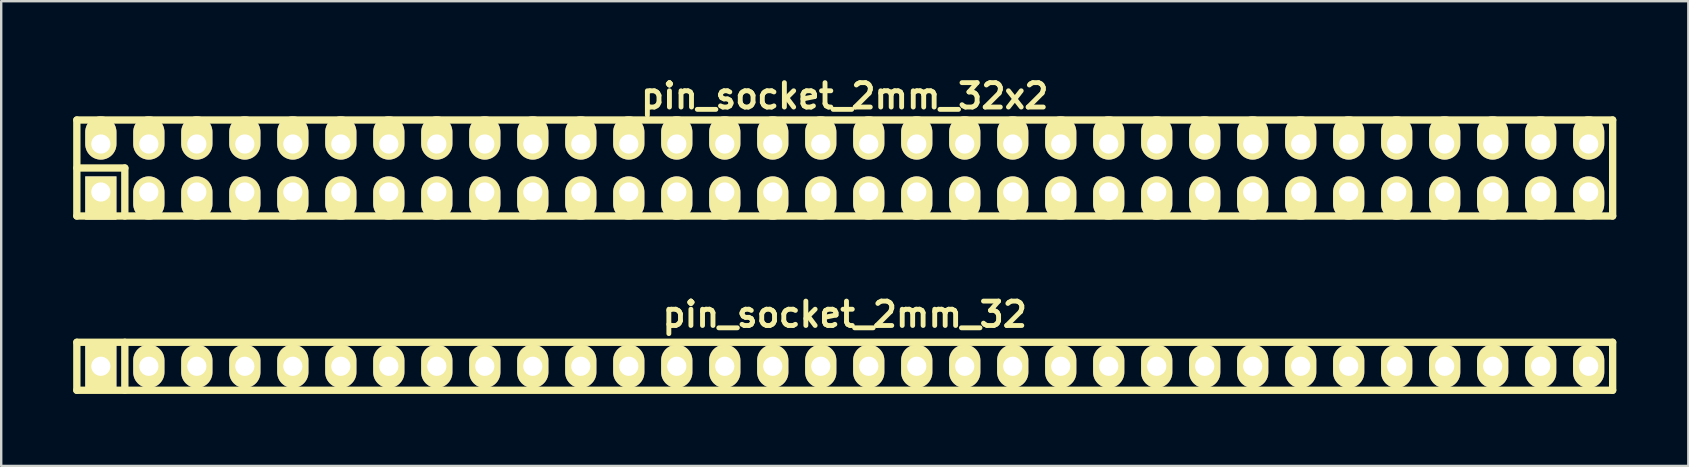
<source format=kicad_pcb>
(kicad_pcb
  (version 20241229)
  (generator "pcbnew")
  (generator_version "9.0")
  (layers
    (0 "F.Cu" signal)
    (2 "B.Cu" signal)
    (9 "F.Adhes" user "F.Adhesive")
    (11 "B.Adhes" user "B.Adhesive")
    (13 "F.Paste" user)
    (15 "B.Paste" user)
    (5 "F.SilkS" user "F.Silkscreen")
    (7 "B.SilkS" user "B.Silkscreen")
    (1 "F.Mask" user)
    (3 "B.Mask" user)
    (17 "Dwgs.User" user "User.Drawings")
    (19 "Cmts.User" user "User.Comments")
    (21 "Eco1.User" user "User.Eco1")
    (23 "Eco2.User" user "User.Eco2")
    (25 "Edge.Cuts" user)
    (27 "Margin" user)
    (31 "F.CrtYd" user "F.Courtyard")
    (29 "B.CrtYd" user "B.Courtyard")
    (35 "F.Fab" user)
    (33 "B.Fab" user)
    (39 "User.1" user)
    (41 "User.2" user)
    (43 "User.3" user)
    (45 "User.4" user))
  (footprint "pin_socket_2mm_32"
    (layer "F.Cu")
    (at 32.152 12.213)
    (property "Reference" "pin_socket_2mm_32" (at 0 -2.159 0) (layer "F.SilkS") (effects (font (size 1.016 1.016) (thickness 0.203))))
    (attr through_hole)
    (fp_line (start -32 -1) (end 32 -1) (stroke (width 0.305) (type solid)) (layer "F.SilkS"))
    (fp_line (start -32 1) (end -32 -1) (stroke (width 0.305) (type solid)) (layer "F.SilkS"))
    (fp_line (start -30 -1) (end -30 1) (stroke (width 0.305) (type solid)) (layer "F.SilkS"))
    (fp_line (start 32 -1) (end 32 1) (stroke (width 0.305) (type solid)) (layer "F.SilkS"))
    (fp_line (start 32 1) (end -32 1) (stroke (width 0.305) (type solid)) (layer "F.SilkS"))
    (pad "1" thru_hole rect (at -31 0) (size 1.3 1.8) (drill 0.8) (layers "*.Cu" "*.Mask" "F.SilkS"))
    (pad "2" thru_hole oval (at -29 0) (size 1.3 1.8) (drill 0.8) (layers "*.Cu" "*.Mask" "F.SilkS"))
    (pad "3" thru_hole oval (at -27 0) (size 1.3 1.8) (drill 0.8) (layers "*.Cu" "*.Mask" "F.SilkS"))
    (pad "4" thru_hole oval (at -25 0) (size 1.3 1.8) (drill 0.8) (layers "*.Cu" "*.Mask" "F.SilkS"))
    (pad "5" thru_hole oval (at -23 0) (size 1.3 1.8) (drill 0.8) (layers "*.Cu" "*.Mask" "F.SilkS"))
    (pad "6" thru_hole oval (at -21 0) (size 1.3 1.8) (drill 0.8) (layers "*.Cu" "*.Mask" "F.SilkS"))
    (pad "7" thru_hole oval (at -19 0) (size 1.3 1.8) (drill 0.8) (layers "*.Cu" "*.Mask" "F.SilkS"))
    (pad "8" thru_hole oval (at -17 0) (size 1.3 1.8) (drill 0.8) (layers "*.Cu" "*.Mask" "F.SilkS"))
    (pad "9" thru_hole oval (at -15 0) (size 1.3 1.8) (drill 0.8) (layers "*.Cu" "*.Mask" "F.SilkS"))
    (pad "10" thru_hole oval (at -13 0) (size 1.3 1.8) (drill 0.8) (layers "*.Cu" "*.Mask" "F.SilkS"))
    (pad "11" thru_hole oval (at -11 0) (size 1.3 1.8) (drill 0.8) (layers "*.Cu" "*.Mask" "F.SilkS"))
    (pad "12" thru_hole oval (at -9 0) (size 1.3 1.8) (drill 0.8) (layers "*.Cu" "*.Mask" "F.SilkS"))
    (pad "13" thru_hole oval (at -7 0) (size 1.3 1.8) (drill 0.8) (layers "*.Cu" "*.Mask" "F.SilkS"))
    (pad "14" thru_hole oval (at -5 0) (size 1.3 1.8) (drill 0.8) (layers "*.Cu" "*.Mask" "F.SilkS"))
    (pad "15" thru_hole oval (at -3 0) (size 1.3 1.8) (drill 0.8) (layers "*.Cu" "*.Mask" "F.SilkS"))
    (pad "16" thru_hole oval (at -1 0) (size 1.3 1.8) (drill 0.8) (layers "*.Cu" "*.Mask" "F.SilkS"))
    (pad "17" thru_hole oval (at 1 0) (size 1.3 1.8) (drill 0.8) (layers "*.Cu" "*.Mask" "F.SilkS"))
    (pad "18" thru_hole oval (at 3 0) (size 1.3 1.8) (drill 0.8) (layers "*.Cu" "*.Mask" "F.SilkS"))
    (pad "19" thru_hole oval (at 5 0) (size 1.3 1.8) (drill 0.8) (layers "*.Cu" "*.Mask" "F.SilkS"))
    (pad "20" thru_hole oval (at 7 0) (size 1.3 1.8) (drill 0.8) (layers "*.Cu" "*.Mask" "F.SilkS"))
    (pad "21" thru_hole oval (at 9 0) (size 1.3 1.8) (drill 0.8) (layers "*.Cu" "*.Mask" "F.SilkS"))
    (pad "22" thru_hole oval (at 11 0) (size 1.3 1.8) (drill 0.8) (layers "*.Cu" "*.Mask" "F.SilkS"))
    (pad "23" thru_hole oval (at 13 0) (size 1.3 1.8) (drill 0.8) (layers "*.Cu" "*.Mask" "F.SilkS"))
    (pad "24" thru_hole oval (at 15 0) (size 1.3 1.8) (drill 0.8) (layers "*.Cu" "*.Mask" "F.SilkS"))
    (pad "25" thru_hole oval (at 17 0) (size 1.3 1.8) (drill 0.8) (layers "*.Cu" "*.Mask" "F.SilkS"))
    (pad "26" thru_hole oval (at 19 0) (size 1.3 1.8) (drill 0.8) (layers "*.Cu" "*.Mask" "F.SilkS"))
    (pad "27" thru_hole oval (at 21 0) (size 1.3 1.8) (drill 0.8) (layers "*.Cu" "*.Mask" "F.SilkS"))
    (pad "28" thru_hole oval (at 23 0) (size 1.3 1.8) (drill 0.8) (layers "*.Cu" "*.Mask" "F.SilkS"))
    (pad "29" thru_hole oval (at 25 0) (size 1.3 1.8) (drill 0.8) (layers "*.Cu" "*.Mask" "F.SilkS"))
    (pad "30" thru_hole oval (at 27 0) (size 1.3 1.8) (drill 0.8) (layers "*.Cu" "*.Mask" "F.SilkS"))
    (pad "31" thru_hole oval (at 29 0) (size 1.3 1.8) (drill 0.8) (layers "*.Cu" "*.Mask" "F.SilkS"))
    (pad "32" thru_hole oval (at 31 0) (size 1.3 1.8) (drill 0.8) (layers "*.Cu" "*.Mask" "F.SilkS")))
  (footprint "pin_socket_2mm_32x2"
    (layer "F.Cu")
    (at 32.152 3.951)
    (property "Reference" "pin_socket_2mm_32x2" (at 0 -3 0) (layer "F.SilkS") (effects (font (size 1.016 1.016) (thickness 0.203))))
    (attr through_hole)
    (fp_line (start -32 -2) (end 32 -2) (stroke (width 0.305) (type solid)) (layer "F.SilkS"))
    (fp_line (start -32 0) (end -30 0) (stroke (width 0.305) (type solid)) (layer "F.SilkS"))
    (fp_line (start -32 2) (end -32 -2) (stroke (width 0.305) (type solid)) (layer "F.SilkS"))
    (fp_line (start -30 0) (end -30 2) (stroke (width 0.305) (type solid)) (layer "F.SilkS"))
    (fp_line (start 32 -2) (end 32 2) (stroke (width 0.305) (type solid)) (layer "F.SilkS"))
    (fp_line (start 32 2) (end -32 2) (stroke (width 0.305) (type solid)) (layer "F.SilkS"))
    (pad "1" thru_hole rect (at -31 1) (size 1.3 1.8) (drill 0.8 (offset 0 0.25)) (layers "*.Cu" "*.Mask" "F.SilkS"))
    (pad "2" thru_hole oval (at -31 -1) (size 1.3 1.8) (drill 0.8 (offset 0 -0.25)) (layers "*.Cu" "*.Mask" "F.SilkS"))
    (pad "3" thru_hole oval (at -29 1) (size 1.3 1.8) (drill 0.8 (offset 0 0.25)) (layers "*.Cu" "*.Mask" "F.SilkS"))
    (pad "4" thru_hole oval (at -29 -1) (size 1.3 1.8) (drill 0.8 (offset 0 -0.25)) (layers "*.Cu" "*.Mask" "F.SilkS"))
    (pad "5" thru_hole oval (at -27 1) (size 1.3 1.8) (drill 0.8 (offset 0 0.25)) (layers "*.Cu" "*.Mask" "F.SilkS"))
    (pad "6" thru_hole oval (at -27 -1) (size 1.3 1.8) (drill 0.8 (offset 0 -0.25)) (layers "*.Cu" "*.Mask" "F.SilkS"))
    (pad "7" thru_hole oval (at -25 1) (size 1.3 1.8) (drill 0.8 (offset 0 0.25)) (layers "*.Cu" "*.Mask" "F.SilkS"))
    (pad "8" thru_hole oval (at -25 -1) (size 1.3 1.8) (drill 0.8 (offset 0 -0.25)) (layers "*.Cu" "*.Mask" "F.SilkS"))
    (pad "9" thru_hole oval (at -23 1) (size 1.3 1.8) (drill 0.8 (offset 0 0.25)) (layers "*.Cu" "*.Mask" "F.SilkS"))
    (pad "10" thru_hole oval (at -23 -1) (size 1.3 1.8) (drill 0.8 (offset 0 -0.25)) (layers "*.Cu" "*.Mask" "F.SilkS"))
    (pad "11" thru_hole oval (at -21 1) (size 1.3 1.8) (drill 0.8 (offset 0 0.25)) (layers "*.Cu" "*.Mask" "F.SilkS"))
    (pad "12" thru_hole oval (at -21 -1) (size 1.3 1.8) (drill 0.8 (offset 0 -0.25)) (layers "*.Cu" "*.Mask" "F.SilkS"))
    (pad "13" thru_hole oval (at -19 1) (size 1.3 1.8) (drill 0.8 (offset 0 0.25)) (layers "*.Cu" "*.Mask" "F.SilkS"))
    (pad "14" thru_hole oval (at -19 -1) (size 1.3 1.8) (drill 0.8 (offset 0 -0.25)) (layers "*.Cu" "*.Mask" "F.SilkS"))
    (pad "15" thru_hole oval (at -17 1) (size 1.3 1.8) (drill 0.8 (offset 0 0.25)) (layers "*.Cu" "*.Mask" "F.SilkS"))
    (pad "16" thru_hole oval (at -17 -1) (size 1.3 1.8) (drill 0.8 (offset 0 -0.25)) (layers "*.Cu" "*.Mask" "F.SilkS"))
    (pad "17" thru_hole oval (at -15 1) (size 1.3 1.8) (drill 0.8 (offset 0 0.25)) (layers "*.Cu" "*.Mask" "F.SilkS"))
    (pad "18" thru_hole oval (at -15 -1) (size 1.3 1.8) (drill 0.8 (offset 0 -0.25)) (layers "*.Cu" "*.Mask" "F.SilkS"))
    (pad "19" thru_hole oval (at -13 1) (size 1.3 1.8) (drill 0.8 (offset 0 0.25)) (layers "*.Cu" "*.Mask" "F.SilkS"))
    (pad "20" thru_hole oval (at -13 -1) (size 1.3 1.8) (drill 0.8 (offset 0 -0.25)) (layers "*.Cu" "*.Mask" "F.SilkS"))
    (pad "21" thru_hole oval (at -11 1) (size 1.3 1.8) (drill 0.8 (offset 0 0.25)) (layers "*.Cu" "*.Mask" "F.SilkS"))
    (pad "22" thru_hole oval (at -11 -1) (size 1.3 1.8) (drill 0.8 (offset 0 -0.25)) (layers "*.Cu" "*.Mask" "F.SilkS"))
    (pad "23" thru_hole oval (at -9 1) (size 1.3 1.8) (drill 0.8 (offset 0 0.25)) (layers "*.Cu" "*.Mask" "F.SilkS"))
    (pad "24" thru_hole oval (at -9 -1) (size 1.3 1.8) (drill 0.8 (offset 0 -0.25)) (layers "*.Cu" "*.Mask" "F.SilkS"))
    (pad "25" thru_hole oval (at -7 1) (size 1.3 1.8) (drill 0.8 (offset 0 0.25)) (layers "*.Cu" "*.Mask" "F.SilkS"))
    (pad "26" thru_hole oval (at -7 -1) (size 1.3 1.8) (drill 0.8 (offset 0 -0.25)) (layers "*.Cu" "*.Mask" "F.SilkS"))
    (pad "27" thru_hole oval (at -5 1) (size 1.3 1.8) (drill 0.8 (offset 0 0.25)) (layers "*.Cu" "*.Mask" "F.SilkS"))
    (pad "28" thru_hole oval (at -5 -1) (size 1.3 1.8) (drill 0.8 (offset 0 -0.25)) (layers "*.Cu" "*.Mask" "F.SilkS"))
    (pad "29" thru_hole oval (at -3 1) (size 1.3 1.8) (drill 0.8 (offset 0 0.25)) (layers "*.Cu" "*.Mask" "F.SilkS"))
    (pad "30" thru_hole oval (at -3 -1) (size 1.3 1.8) (drill 0.8 (offset 0 -0.25)) (layers "*.Cu" "*.Mask" "F.SilkS"))
    (pad "31" thru_hole oval (at -1 1) (size 1.3 1.8) (drill 0.8 (offset 0 0.25)) (layers "*.Cu" "*.Mask" "F.SilkS"))
    (pad "32" thru_hole oval (at -1 -1) (size 1.3 1.8) (drill 0.8 (offset 0 -0.25)) (layers "*.Cu" "*.Mask" "F.SilkS"))
    (pad "33" thru_hole oval (at 1 1) (size 1.3 1.8) (drill 0.8 (offset 0 0.25)) (layers "*.Cu" "*.Mask" "F.SilkS"))
    (pad "34" thru_hole oval (at 1 -1) (size 1.3 1.8) (drill 0.8 (offset 0 -0.25)) (layers "*.Cu" "*.Mask" "F.SilkS"))
    (pad "35" thru_hole oval (at 3 1) (size 1.3 1.8) (drill 0.8 (offset 0 0.25)) (layers "*.Cu" "*.Mask" "F.SilkS"))
    (pad "36" thru_hole oval (at 3 -1) (size 1.3 1.8) (drill 0.8 (offset 0 -0.25)) (layers "*.Cu" "*.Mask" "F.SilkS"))
    (pad "37" thru_hole oval (at 5 1) (size 1.3 1.8) (drill 0.8 (offset 0 0.25)) (layers "*.Cu" "*.Mask" "F.SilkS"))
    (pad "38" thru_hole oval (at 5 -1) (size 1.3 1.8) (drill 0.8 (offset 0 -0.25)) (layers "*.Cu" "*.Mask" "F.SilkS"))
    (pad "39" thru_hole oval (at 7 1) (size 1.3 1.8) (drill 0.8 (offset 0 0.25)) (layers "*.Cu" "*.Mask" "F.SilkS"))
    (pad "40" thru_hole oval (at 7 -1) (size 1.3 1.8) (drill 0.8 (offset 0 -0.25)) (layers "*.Cu" "*.Mask" "F.SilkS"))
    (pad "41" thru_hole oval (at 9 1) (size 1.3 1.8) (drill 0.8 (offset 0 0.25)) (layers "*.Cu" "*.Mask" "F.SilkS"))
    (pad "42" thru_hole oval (at 9 -1) (size 1.3 1.8) (drill 0.8 (offset 0 -0.25)) (layers "*.Cu" "*.Mask" "F.SilkS"))
    (pad "43" thru_hole oval (at 11 1) (size 1.3 1.8) (drill 0.8 (offset 0 0.25)) (layers "*.Cu" "*.Mask" "F.SilkS"))
    (pad "44" thru_hole oval (at 11 -1) (size 1.3 1.8) (drill 0.8 (offset 0 -0.25)) (layers "*.Cu" "*.Mask" "F.SilkS"))
    (pad "45" thru_hole oval (at 13 1) (size 1.3 1.8) (drill 0.8 (offset 0 0.25)) (layers "*.Cu" "*.Mask" "F.SilkS"))
    (pad "46" thru_hole oval (at 13 -1) (size 1.3 1.8) (drill 0.8 (offset 0 -0.25)) (layers "*.Cu" "*.Mask" "F.SilkS"))
    (pad "47" thru_hole oval (at 15 1) (size 1.3 1.8) (drill 0.8 (offset 0 0.25)) (layers "*.Cu" "*.Mask" "F.SilkS"))
    (pad "48" thru_hole oval (at 15 -1) (size 1.3 1.8) (drill 0.8 (offset 0 -0.25)) (layers "*.Cu" "*.Mask" "F.SilkS"))
    (pad "49" thru_hole oval (at 17 1) (size 1.3 1.8) (drill 0.8 (offset 0 0.25)) (layers "*.Cu" "*.Mask" "F.SilkS"))
    (pad "50" thru_hole oval (at 17 -1) (size 1.3 1.8) (drill 0.8 (offset 0 -0.25)) (layers "*.Cu" "*.Mask" "F.SilkS"))
    (pad "51" thru_hole oval (at 19 1) (size 1.3 1.8) (drill 0.8 (offset 0 0.25)) (layers "*.Cu" "*.Mask" "F.SilkS"))
    (pad "52" thru_hole oval (at 19 -1) (size 1.3 1.8) (drill 0.8 (offset 0 -0.25)) (layers "*.Cu" "*.Mask" "F.SilkS"))
    (pad "53" thru_hole oval (at 21 1) (size 1.3 1.8) (drill 0.8 (offset 0 0.25)) (layers "*.Cu" "*.Mask" "F.SilkS"))
    (pad "54" thru_hole oval (at 21 -1) (size 1.3 1.8) (drill 0.8 (offset 0 -0.25)) (layers "*.Cu" "*.Mask" "F.SilkS"))
    (pad "55" thru_hole oval (at 23 1) (size 1.3 1.8) (drill 0.8 (offset 0 0.25)) (layers "*.Cu" "*.Mask" "F.SilkS"))
    (pad "56" thru_hole oval (at 23 -1) (size 1.3 1.8) (drill 0.8 (offset 0 -0.25)) (layers "*.Cu" "*.Mask" "F.SilkS"))
    (pad "57" thru_hole oval (at 25 1) (size 1.3 1.8) (drill 0.8 (offset 0 0.25)) (layers "*.Cu" "*.Mask" "F.SilkS"))
    (pad "58" thru_hole oval (at 25 -1) (size 1.3 1.8) (drill 0.8 (offset 0 -0.25)) (layers "*.Cu" "*.Mask" "F.SilkS"))
    (pad "59" thru_hole oval (at 27 1) (size 1.3 1.8) (drill 0.8 (offset 0 0.25)) (layers "*.Cu" "*.Mask" "F.SilkS"))
    (pad "60" thru_hole oval (at 27 -1) (size 1.3 1.8) (drill 0.8 (offset 0 -0.25)) (layers "*.Cu" "*.Mask" "F.SilkS"))
    (pad "61" thru_hole oval (at 29 1) (size 1.3 1.8) (drill 0.8 (offset 0 0.25)) (layers "*.Cu" "*.Mask" "F.SilkS"))
    (pad "62" thru_hole oval (at 29 -1) (size 1.3 1.8) (drill 0.8 (offset 0 -0.25)) (layers "*.Cu" "*.Mask" "F.SilkS"))
    (pad "63" thru_hole oval (at 31 1) (size 1.3 1.8) (drill 0.8 (offset 0 0.25)) (layers "*.Cu" "*.Mask" "F.SilkS"))
    (pad "64" thru_hole oval (at 31 -1) (size 1.3 1.8) (drill 0.8 (offset 0 -0.25)) (layers "*.Cu" "*.Mask" "F.SilkS")))
  (gr_rect
    (start -3 -3)
    (end 67.305 16.366)
    (stroke (width 0.1) (type default))
    (fill no)
    (layer "Edge.Cuts")))
</source>
